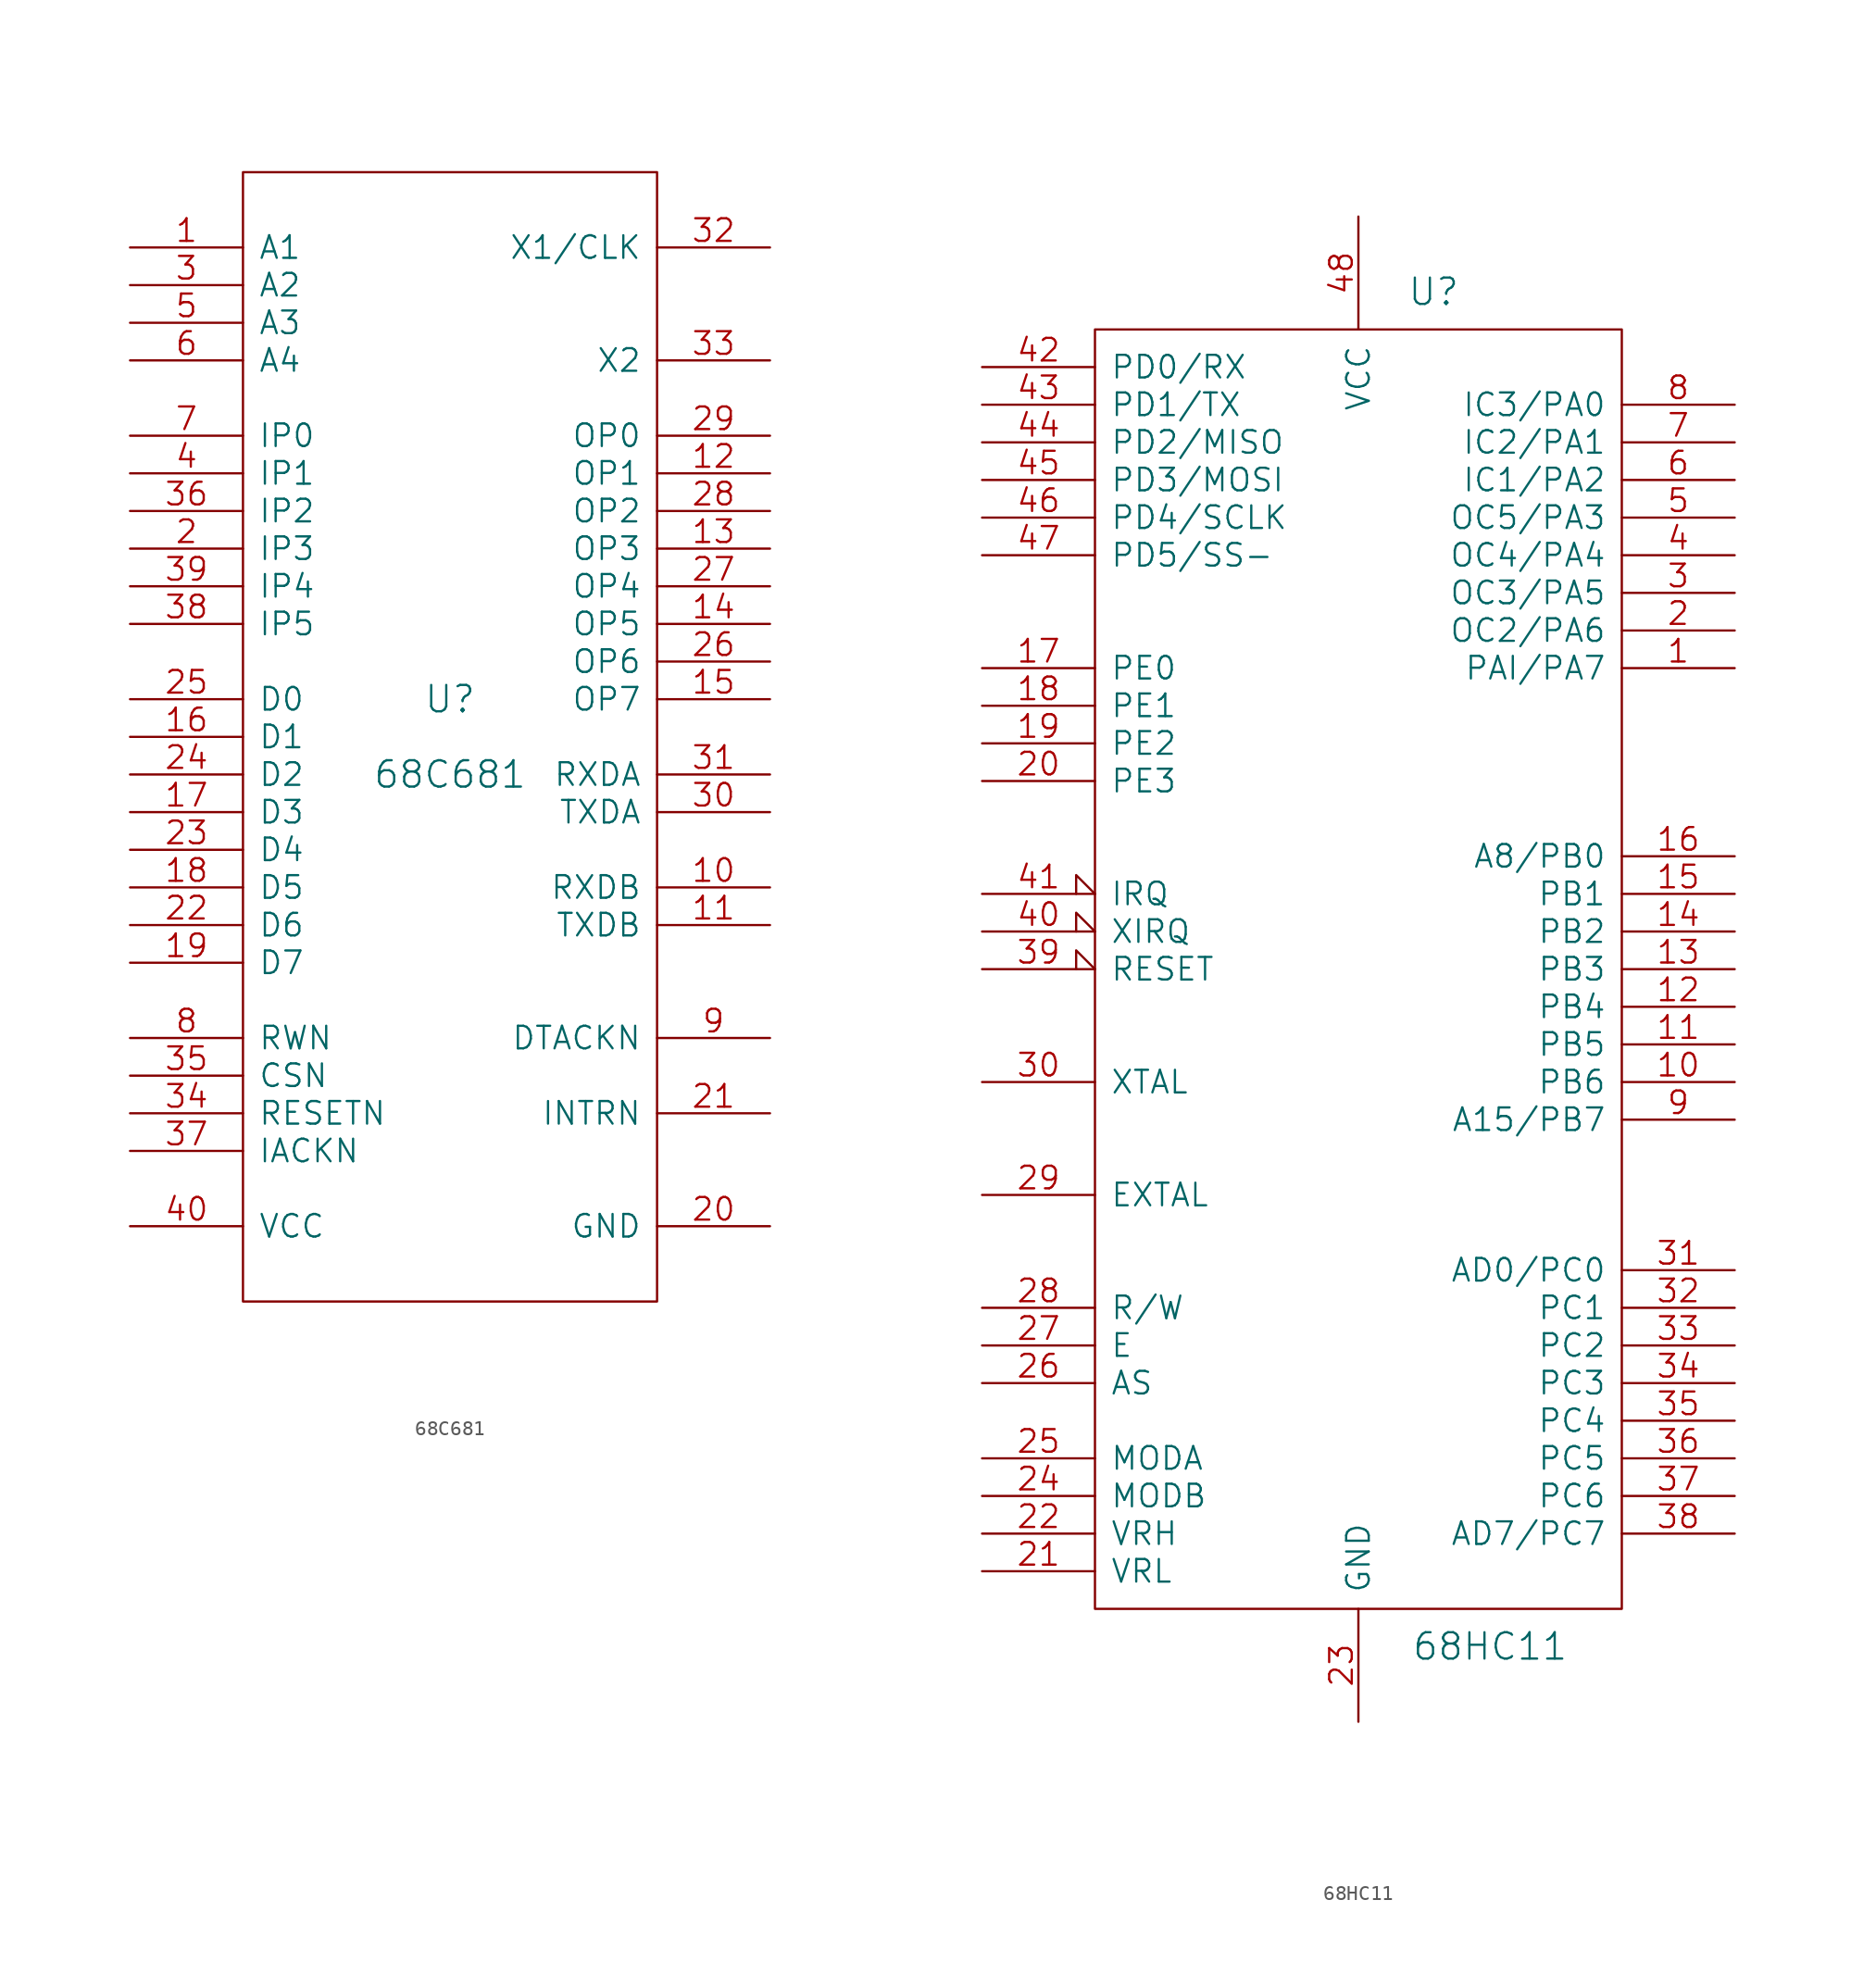
<source format=kicad_sym>
(kicad_symbol_lib
  (version 20211014)
  (generator kicad_symbol_editor)
  (symbol "68C681"
    (pin_names
      (offset 1.016))
    (property "Reference" "U"
      (at 0 2.54 0)
      (effects (font (size 1.778 1.778))))
    (property "Value" "68C681"
      (at 0 -2.54 0)
      (effects (font (size 1.778 1.778))))
    (property "Footprint" ""
      (at 0 0 0)
      (effects (font (size 1.524 1.524))))
    (property "Datasheet" ""
      (at 0 0 0)
      (effects (font (size 1.524 1.524))))
    (symbol "68C681_0_1"
      (rectangle (start -13.97 -38.1) (end 13.97 38.1) (stroke (width 0) (type default) (color 0 0 0 0)) (fill (type none))))
    (symbol "68C681_1_1"
      (pin input line (at -21.59 33.02 0) (length 7.62) (name "A1" (effects (font (size 1.524 1.524)))) (number "1" (effects (font (size 1.524 1.524)))))
      (pin input line (at 21.59 -10.16 180) (length 7.62) (name "RXDB" (effects (font (size 1.524 1.524)))) (number "10" (effects (font (size 1.524 1.524)))))
      (pin output line (at 21.59 -12.7 180) (length 7.62) (name "TXDB" (effects (font (size 1.524 1.524)))) (number "11" (effects (font (size 1.524 1.524)))))
      (pin output line (at 21.59 17.78 180) (length 7.62) (name "OP1" (effects (font (size 1.524 1.524)))) (number "12" (effects (font (size 1.524 1.524)))))
      (pin output line (at 21.59 12.7 180) (length 7.62) (name "OP3" (effects (font (size 1.524 1.524)))) (number "13" (effects (font (size 1.524 1.524)))))
      (pin output line (at 21.59 7.62 180) (length 7.62) (name "OP5" (effects (font (size 1.524 1.524)))) (number "14" (effects (font (size 1.524 1.524)))))
      (pin output line (at 21.59 2.54 180) (length 7.62) (name "OP7" (effects (font (size 1.524 1.524)))) (number "15" (effects (font (size 1.524 1.524)))))
      (pin input line (at -21.59 0 0) (length 7.62) (name "D1" (effects (font (size 1.524 1.524)))) (number "16" (effects (font (size 1.524 1.524)))))
      (pin input line (at -21.59 -5.08 0) (length 7.62) (name "D3" (effects (font (size 1.524 1.524)))) (number "17" (effects (font (size 1.524 1.524)))))
      (pin input line (at -21.59 -10.16 0) (length 7.62) (name "D5" (effects (font (size 1.524 1.524)))) (number "18" (effects (font (size 1.524 1.524)))))
      (pin input line (at -21.59 -15.24 0) (length 7.62) (name "D7" (effects (font (size 1.524 1.524)))) (number "19" (effects (font (size 1.524 1.524)))))
      (pin input line (at -21.59 12.7 0) (length 7.62) (name "IP3" (effects (font (size 1.524 1.524)))) (number "2" (effects (font (size 1.524 1.524)))))
      (pin input line (at 21.59 -33.02 180) (length 7.62) (name "GND" (effects (font (size 1.524 1.524)))) (number "20" (effects (font (size 1.524 1.524)))))
      (pin output line (at 21.59 -25.4 180) (length 7.62) (name "INTRN" (effects (font (size 1.524 1.524)))) (number "21" (effects (font (size 1.524 1.524)))))
      (pin input line (at -21.59 -12.7 0) (length 7.62) (name "D6" (effects (font (size 1.524 1.524)))) (number "22" (effects (font (size 1.524 1.524)))))
      (pin input line (at -21.59 -7.62 0) (length 7.62) (name "D4" (effects (font (size 1.524 1.524)))) (number "23" (effects (font (size 1.524 1.524)))))
      (pin input line (at -21.59 -2.54 0) (length 7.62) (name "D2" (effects (font (size 1.524 1.524)))) (number "24" (effects (font (size 1.524 1.524)))))
      (pin input line (at -21.59 2.54 0) (length 7.62) (name "D0" (effects (font (size 1.524 1.524)))) (number "25" (effects (font (size 1.524 1.524)))))
      (pin output line (at 21.59 5.08 180) (length 7.62) (name "OP6" (effects (font (size 1.524 1.524)))) (number "26" (effects (font (size 1.524 1.524)))))
      (pin output line (at 21.59 10.16 180) (length 7.62) (name "OP4" (effects (font (size 1.524 1.524)))) (number "27" (effects (font (size 1.524 1.524)))))
      (pin output line (at 21.59 15.24 180) (length 7.62) (name "OP2" (effects (font (size 1.524 1.524)))) (number "28" (effects (font (size 1.524 1.524)))))
      (pin output line (at 21.59 20.32 180) (length 7.62) (name "OP0" (effects (font (size 1.524 1.524)))) (number "29" (effects (font (size 1.524 1.524)))))
      (pin input line (at -21.59 30.48 0) (length 7.62) (name "A2" (effects (font (size 1.524 1.524)))) (number "3" (effects (font (size 1.524 1.524)))))
      (pin output line (at 21.59 -5.08 180) (length 7.62) (name "TXDA" (effects (font (size 1.524 1.524)))) (number "30" (effects (font (size 1.524 1.524)))))
      (pin input line (at 21.59 -2.54 180) (length 7.62) (name "RXDA" (effects (font (size 1.524 1.524)))) (number "31" (effects (font (size 1.524 1.524)))))
      (pin input line (at 21.59 33.02 180) (length 7.62) (name "X1/CLK" (effects (font (size 1.524 1.524)))) (number "32" (effects (font (size 1.524 1.524)))))
      (pin output line (at 21.59 25.4 180) (length 7.62) (name "X2" (effects (font (size 1.524 1.524)))) (number "33" (effects (font (size 1.524 1.524)))))
      (pin input line (at -21.59 -25.4 0) (length 7.62) (name "RESETN" (effects (font (size 1.524 1.524)))) (number "34" (effects (font (size 1.524 1.524)))))
      (pin input line (at -21.59 -22.86 0) (length 7.62) (name "CSN" (effects (font (size 1.524 1.524)))) (number "35" (effects (font (size 1.524 1.524)))))
      (pin input line (at -21.59 15.24 0) (length 7.62) (name "IP2" (effects (font (size 1.524 1.524)))) (number "36" (effects (font (size 1.524 1.524)))))
      (pin input line (at -21.59 -27.94 0) (length 7.62) (name "IACKN" (effects (font (size 1.524 1.524)))) (number "37" (effects (font (size 1.524 1.524)))))
      (pin input line (at -21.59 7.62 0) (length 7.62) (name "IP5" (effects (font (size 1.524 1.524)))) (number "38" (effects (font (size 1.524 1.524)))))
      (pin input line (at -21.59 10.16 0) (length 7.62) (name "IP4" (effects (font (size 1.524 1.524)))) (number "39" (effects (font (size 1.524 1.524)))))
      (pin input line (at -21.59 17.78 0) (length 7.62) (name "IP1" (effects (font (size 1.524 1.524)))) (number "4" (effects (font (size 1.524 1.524)))))
      (pin input line (at -21.59 -33.02 0) (length 7.62) (name "VCC" (effects (font (size 1.524 1.524)))) (number "40" (effects (font (size 1.524 1.524)))))
      (pin input line (at -21.59 27.94 0) (length 7.62) (name "A3" (effects (font (size 1.524 1.524)))) (number "5" (effects (font (size 1.524 1.524)))))
      (pin input line (at -21.59 25.4 0) (length 7.62) (name "A4" (effects (font (size 1.524 1.524)))) (number "6" (effects (font (size 1.524 1.524)))))
      (pin input line (at -21.59 20.32 0) (length 7.62) (name "IP0" (effects (font (size 1.524 1.524)))) (number "7" (effects (font (size 1.524 1.524)))))
      (pin input line (at -21.59 -20.32 0) (length 7.62) (name "RWN" (effects (font (size 1.524 1.524)))) (number "8" (effects (font (size 1.524 1.524)))))
      (pin output line (at 21.59 -20.32 180) (length 7.62) (name "DTACKN" (effects (font (size 1.524 1.524)))) (number "9" (effects (font (size 1.524 1.524)))))))
  (symbol "68HC11"
    (pin_names
      (offset 1.016))
    (property "Reference" "U"
      (at 5.08 45.72 0)
      (effects (font (size 1.778 1.778))))
    (property "Value" "68HC11"
      (at 8.89 -45.72 0)
      (effects (font (size 1.778 1.778))))
    (property "Footprint" ""
      (at 0 0 0)
      (effects (font (size 1.524 1.524))))
    (property "Datasheet" ""
      (at 0 0 0)
      (effects (font (size 1.524 1.524))))
    (symbol "68HC11_0_1"
      (rectangle (start -17.78 -43.18) (end 17.78 43.18) (stroke (width 0) (type default) (color 0 0 0 0)) (fill (type none))))
    (symbol "68HC11_1_1"
      (pin input line (at 25.4 20.32 180) (length 7.62) (name "PAI/PA7" (effects (font (size 1.524 1.524)))) (number "1" (effects (font (size 1.524 1.524)))))
      (pin output line (at 25.4 -7.62 180) (length 7.62) (name "PB6" (effects (font (size 1.524 1.524)))) (number "10" (effects (font (size 1.524 1.524)))))
      (pin output line (at 25.4 -5.08 180) (length 7.62) (name "PB5" (effects (font (size 1.524 1.524)))) (number "11" (effects (font (size 1.524 1.524)))))
      (pin output line (at 25.4 -2.54 180) (length 7.62) (name "PB4" (effects (font (size 1.524 1.524)))) (number "12" (effects (font (size 1.524 1.524)))))
      (pin output line (at 25.4 0 180) (length 7.62) (name "PB3" (effects (font (size 1.524 1.524)))) (number "13" (effects (font (size 1.524 1.524)))))
      (pin output line (at 25.4 2.54 180) (length 7.62) (name "PB2" (effects (font (size 1.524 1.524)))) (number "14" (effects (font (size 1.524 1.524)))))
      (pin output line (at 25.4 5.08 180) (length 7.62) (name "PB1" (effects (font (size 1.524 1.524)))) (number "15" (effects (font (size 1.524 1.524)))))
      (pin output line (at 25.4 7.62 180) (length 7.62) (name "A8/PB0" (effects (font (size 1.524 1.524)))) (number "16" (effects (font (size 1.524 1.524)))))
      (pin input line (at -25.4 20.32 0) (length 7.62) (name "PE0" (effects (font (size 1.524 1.524)))) (number "17" (effects (font (size 1.524 1.524)))))
      (pin input line (at -25.4 17.78 0) (length 7.62) (name "PE1" (effects (font (size 1.524 1.524)))) (number "18" (effects (font (size 1.524 1.524)))))
      (pin input line (at -25.4 15.24 0) (length 7.62) (name "PE2" (effects (font (size 1.524 1.524)))) (number "19" (effects (font (size 1.524 1.524)))))
      (pin output line (at 25.4 22.86 180) (length 7.62) (name "OC2/PA6" (effects (font (size 1.524 1.524)))) (number "2" (effects (font (size 1.524 1.524)))))
      (pin input line (at -25.4 12.7 0) (length 7.62) (name "PE3" (effects (font (size 1.524 1.524)))) (number "20" (effects (font (size 1.524 1.524)))))
      (pin passive line (at -25.4 -40.64 0) (length 7.62) (name "VRL" (effects (font (size 1.524 1.524)))) (number "21" (effects (font (size 1.524 1.524)))))
      (pin passive line (at -25.4 -38.1 0) (length 7.62) (name "VRH" (effects (font (size 1.524 1.524)))) (number "22" (effects (font (size 1.524 1.524)))))
      (pin power_in line (at 0 -50.8 90) (length 7.62) (name "GND" (effects (font (size 1.524 1.524)))) (number "23" (effects (font (size 1.524 1.524)))))
      (pin input line (at -25.4 -35.56 0) (length 7.62) (name "MODB" (effects (font (size 1.524 1.524)))) (number "24" (effects (font (size 1.524 1.524)))))
      (pin input line (at -25.4 -33.02 0) (length 7.62) (name "MODA" (effects (font (size 1.524 1.524)))) (number "25" (effects (font (size 1.524 1.524)))))
      (pin output line (at -25.4 -27.94 0) (length 7.62) (name "AS" (effects (font (size 1.524 1.524)))) (number "26" (effects (font (size 1.524 1.524)))))
      (pin output line (at -25.4 -25.4 0) (length 7.62) (name "E" (effects (font (size 1.524 1.524)))) (number "27" (effects (font (size 1.524 1.524)))))
      (pin output line (at -25.4 -22.86 0) (length 7.62) (name "R/W" (effects (font (size 1.524 1.524)))) (number "28" (effects (font (size 1.524 1.524)))))
      (pin input line (at -25.4 -15.24 0) (length 7.62) (name "EXTAL" (effects (font (size 1.524 1.524)))) (number "29" (effects (font (size 1.524 1.524)))))
      (pin output line (at 25.4 25.4 180) (length 7.62) (name "OC3/PA5" (effects (font (size 1.524 1.524)))) (number "3" (effects (font (size 1.524 1.524)))))
      (pin output line (at -25.4 -7.62 0) (length 7.62) (name "XTAL" (effects (font (size 1.524 1.524)))) (number "30" (effects (font (size 1.524 1.524)))))
      (pin tri_state line (at 25.4 -20.32 180) (length 7.62) (name "AD0/PC0" (effects (font (size 1.524 1.524)))) (number "31" (effects (font (size 1.524 1.524)))))
      (pin tri_state line (at 25.4 -22.86 180) (length 7.62) (name "PC1" (effects (font (size 1.524 1.524)))) (number "32" (effects (font (size 1.524 1.524)))))
      (pin tri_state line (at 25.4 -25.4 180) (length 7.62) (name "PC2" (effects (font (size 1.524 1.524)))) (number "33" (effects (font (size 1.524 1.524)))))
      (pin tri_state line (at 25.4 -27.94 180) (length 7.62) (name "PC3" (effects (font (size 1.524 1.524)))) (number "34" (effects (font (size 1.524 1.524)))))
      (pin tri_state line (at 25.4 -30.48 180) (length 7.62) (name "PC4" (effects (font (size 1.524 1.524)))) (number "35" (effects (font (size 1.524 1.524)))))
      (pin tri_state line (at 25.4 -33.02 180) (length 7.62) (name "PC5" (effects (font (size 1.524 1.524)))) (number "36" (effects (font (size 1.524 1.524)))))
      (pin tri_state line (at 25.4 -35.56 180) (length 7.62) (name "PC6" (effects (font (size 1.524 1.524)))) (number "37" (effects (font (size 1.524 1.524)))))
      (pin tri_state line (at 25.4 -38.1 180) (length 7.62) (name "AD7/PC7" (effects (font (size 1.524 1.524)))) (number "38" (effects (font (size 1.524 1.524)))))
      (pin input input_low (at -25.4 0 0) (length 7.62) (name "RESET" (effects (font (size 1.524 1.524)))) (number "39" (effects (font (size 1.524 1.524)))))
      (pin output line (at 25.4 27.94 180) (length 7.62) (name "OC4/PA4" (effects (font (size 1.524 1.524)))) (number "4" (effects (font (size 1.524 1.524)))))
      (pin input input_low (at -25.4 2.54 0) (length 7.62) (name "XIRQ" (effects (font (size 1.524 1.524)))) (number "40" (effects (font (size 1.524 1.524)))))
      (pin input input_low (at -25.4 5.08 0) (length 7.62) (name "IRQ" (effects (font (size 1.524 1.524)))) (number "41" (effects (font (size 1.524 1.524)))))
      (pin input line (at -25.4 40.64 0) (length 7.62) (name "PD0/RX" (effects (font (size 1.524 1.524)))) (number "42" (effects (font (size 1.524 1.524)))))
      (pin input line (at -25.4 38.1 0) (length 7.62) (name "PD1/TX" (effects (font (size 1.524 1.524)))) (number "43" (effects (font (size 1.524 1.524)))))
      (pin input line (at -25.4 35.56 0) (length 7.62) (name "PD2/MISO" (effects (font (size 1.524 1.524)))) (number "44" (effects (font (size 1.524 1.524)))))
      (pin input line (at -25.4 33.02 0) (length 7.62) (name "PD3/MOSI" (effects (font (size 1.524 1.524)))) (number "45" (effects (font (size 1.524 1.524)))))
      (pin input line (at -25.4 30.48 0) (length 7.62) (name "PD4/SCLK" (effects (font (size 1.524 1.524)))) (number "46" (effects (font (size 1.524 1.524)))))
      (pin input line (at -25.4 27.94 0) (length 7.62) (name "PD5/SS-" (effects (font (size 1.524 1.524)))) (number "47" (effects (font (size 1.524 1.524)))))
      (pin power_in line (at 0 50.8 270) (length 7.62) (name "VCC" (effects (font (size 1.524 1.524)))) (number "48" (effects (font (size 1.524 1.524)))))
      (pin output line (at 25.4 30.48 180) (length 7.62) (name "OC5/PA3" (effects (font (size 1.524 1.524)))) (number "5" (effects (font (size 1.524 1.524)))))
      (pin input line (at 25.4 33.02 180) (length 7.62) (name "IC1/PA2" (effects (font (size 1.524 1.524)))) (number "6" (effects (font (size 1.524 1.524)))))
      (pin input line (at 25.4 35.56 180) (length 7.62) (name "IC2/PA1" (effects (font (size 1.524 1.524)))) (number "7" (effects (font (size 1.524 1.524)))))
      (pin input line (at 25.4 38.1 180) (length 7.62) (name "IC3/PA0" (effects (font (size 1.524 1.524)))) (number "8" (effects (font (size 1.524 1.524)))))
      (pin output line (at 25.4 -10.16 180) (length 7.62) (name "A15/PB7" (effects (font (size 1.524 1.524)))) (number "9" (effects (font (size 1.524 1.524))))))))
</source>
